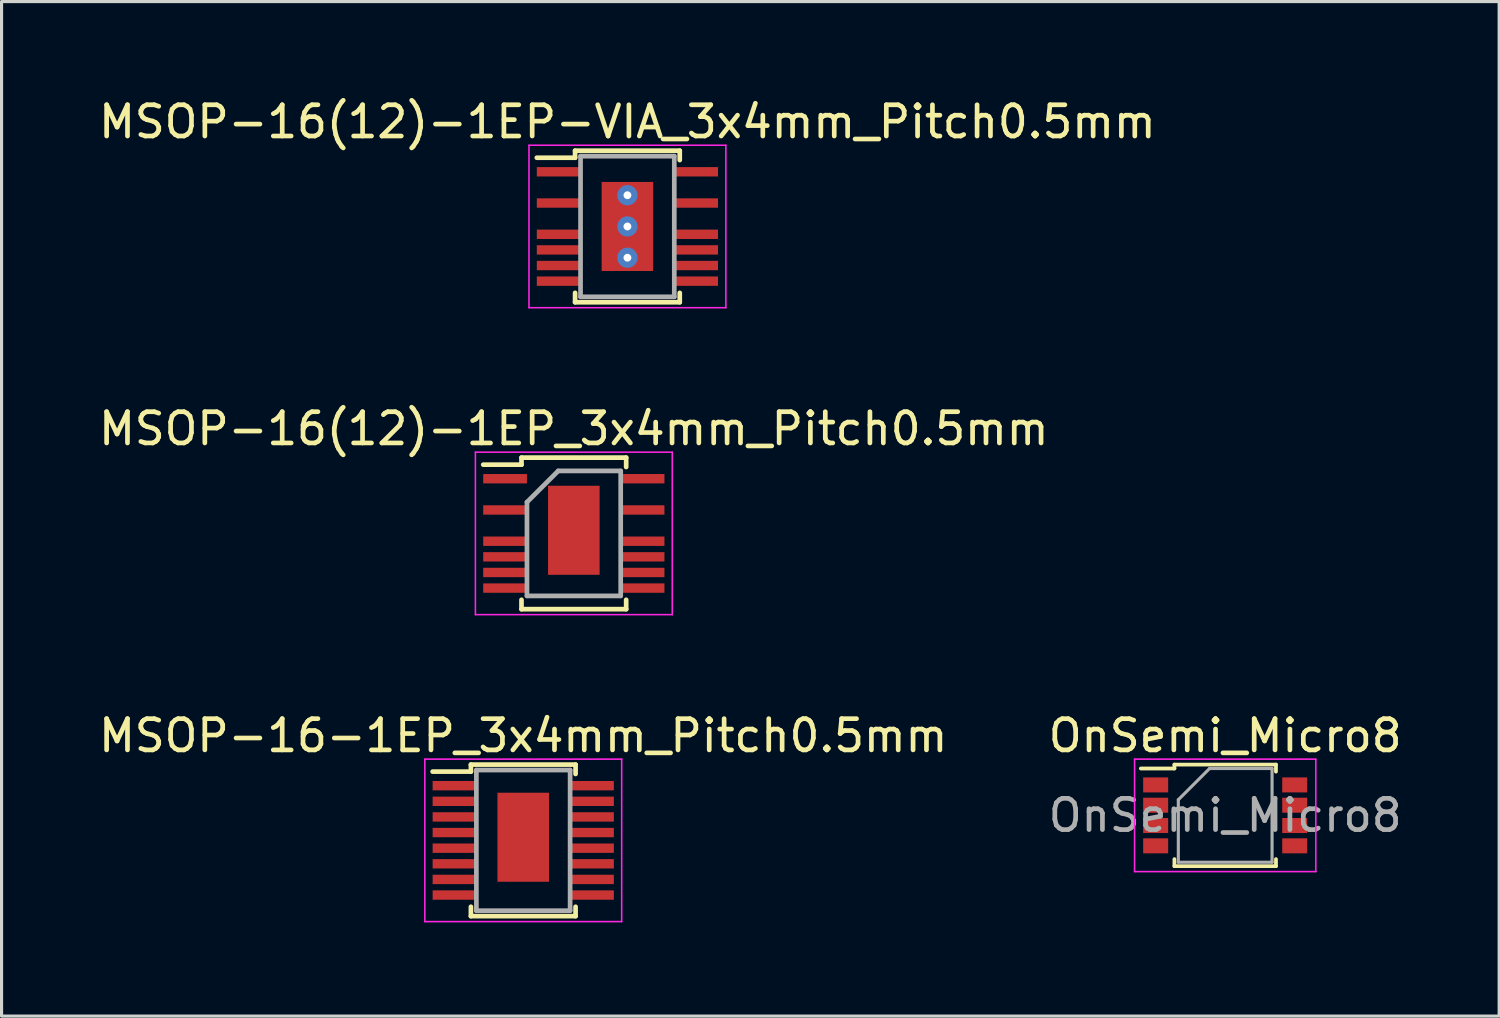
<source format=kicad_pcb>
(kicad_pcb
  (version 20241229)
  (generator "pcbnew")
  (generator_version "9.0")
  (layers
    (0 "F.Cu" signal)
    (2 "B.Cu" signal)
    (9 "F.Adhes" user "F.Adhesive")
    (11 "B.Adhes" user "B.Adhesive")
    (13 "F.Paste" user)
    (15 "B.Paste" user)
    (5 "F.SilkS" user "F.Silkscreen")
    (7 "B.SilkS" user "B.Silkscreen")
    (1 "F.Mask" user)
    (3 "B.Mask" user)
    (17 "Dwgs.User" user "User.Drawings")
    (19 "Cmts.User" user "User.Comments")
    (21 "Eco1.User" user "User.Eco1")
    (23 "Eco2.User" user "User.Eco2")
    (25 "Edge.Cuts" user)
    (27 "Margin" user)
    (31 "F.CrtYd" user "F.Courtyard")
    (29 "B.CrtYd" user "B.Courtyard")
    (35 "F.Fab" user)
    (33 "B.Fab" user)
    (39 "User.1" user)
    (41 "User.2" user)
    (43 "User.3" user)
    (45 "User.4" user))
  (footprint "MSOP-16(12)-1EP_3x4mm_Pitch0.5mm"
    (layer "F.Cu")
    (at 15.315 14.021)
    (property "Reference" "MSOP-16(12)-1EP_3x4mm_Pitch0.5mm" (at 0 -3.35 0) (layer "F.SilkS") (effects (font (size 1 1) (thickness 0.15))))
    (attr smd)
    (fp_line (start -1.675 -2.425) (end -1.675 -2.2) (stroke (width 0.15) (type solid)) (layer "F.SilkS"))
    (fp_line (start -1.675 -2.425) (end 1.675 -2.425) (stroke (width 0.15) (type solid)) (layer "F.SilkS"))
    (fp_line (start -1.675 -2.2) (end -2.9 -2.2) (stroke (width 0.15) (type solid)) (layer "F.SilkS"))
    (fp_line (start -1.675 2.425) (end -1.675 2.125) (stroke (width 0.15) (type solid)) (layer "F.SilkS"))
    (fp_line (start -1.675 2.425) (end 1.675 2.425) (stroke (width 0.15) (type solid)) (layer "F.SilkS"))
    (fp_line (start 1.675 -2.425) (end 1.675 -2.125) (stroke (width 0.15) (type solid)) (layer "F.SilkS"))
    (fp_line (start 1.675 2.425) (end 1.675 2.125) (stroke (width 0.15) (type solid)) (layer "F.SilkS"))
    (fp_line (start -3.15 -2.6) (end -3.15 2.6) (stroke (width 0.05) (type solid)) (layer "F.CrtYd"))
    (fp_line (start -3.15 -2.6) (end 3.15 -2.6) (stroke (width 0.05) (type solid)) (layer "F.CrtYd"))
    (fp_line (start -3.15 2.6) (end 3.15 2.6) (stroke (width 0.05) (type solid)) (layer "F.CrtYd"))
    (fp_line (start 3.15 -2.6) (end 3.15 2.6) (stroke (width 0.05) (type solid)) (layer "F.CrtYd"))
    (fp_line (start -1.5 -1) (end -0.5 -2) (stroke (width 0.15) (type solid)) (layer "F.Fab"))
    (fp_line (start -1.5 2) (end -1.5 -1) (stroke (width 0.15) (type solid)) (layer "F.Fab"))
    (fp_line (start -0.5 -2) (end 1.5 -2) (stroke (width 0.15) (type solid)) (layer "F.Fab"))
    (fp_line (start 1.5 -2) (end 1.5 2) (stroke (width 0.15) (type solid)) (layer "F.Fab"))
    (fp_line (start 1.5 2) (end -1.5 2) (stroke (width 0.15) (type solid)) (layer "F.Fab"))
    (pad "1" smd rect (at -2.2 -1.75) (size 1.4 0.3) (layers "F.Cu" "F.Mask" "F.Paste"))
    (pad "3" smd rect (at -2.2 -0.75) (size 1.4 0.3) (layers "F.Cu" "F.Mask" "F.Paste"))
    (pad "5" smd rect (at -2.2 0.25) (size 1.4 0.3) (layers "F.Cu" "F.Mask" "F.Paste"))
    (pad "6" smd rect (at -2.2 0.75) (size 1.4 0.3) (layers "F.Cu" "F.Mask" "F.Paste"))
    (pad "7" smd rect (at -2.2 1.25) (size 1.4 0.3) (layers "F.Cu" "F.Mask" "F.Paste"))
    (pad "8" smd rect (at -2.2 1.75) (size 1.4 0.3) (layers "F.Cu" "F.Mask" "F.Paste"))
    (pad "9" smd rect (at 2.2 1.75) (size 1.4 0.3) (layers "F.Cu" "F.Mask" "F.Paste"))
    (pad "10" smd rect (at 2.2 1.25) (size 1.4 0.3) (layers "F.Cu" "F.Mask" "F.Paste"))
    (pad "11" smd rect (at 2.2 0.75) (size 1.4 0.3) (layers "F.Cu" "F.Mask" "F.Paste"))
    (pad "12" smd rect (at 2.2 0.25) (size 1.4 0.3) (layers "F.Cu" "F.Mask" "F.Paste"))
    (pad "14" smd rect (at 2.2 -0.75) (size 1.4 0.3) (layers "F.Cu" "F.Mask" "F.Paste"))
    (pad "16" smd rect (at 2.2 -1.75) (size 1.4 0.3) (layers "F.Cu" "F.Mask" "F.Paste"))
    (pad "17" smd rect (at 0 -0.1) (size 1.65 2.85) (layers "F.Cu" "F.Mask" "F.Paste")))
  (footprint "MSOP-16(12)-1EP-VIA_3x4mm_Pitch0.5mm"
    (layer "F.Cu")
    (at 17.03 4.198)
    (property "Reference" "MSOP-16(12)-1EP-VIA_3x4mm_Pitch0.5mm" (at 0 -3.35 0) (layer "F.SilkS") (effects (font (size 1 1) (thickness 0.15))))
    (attr smd)
    (fp_line (start -1.675 -2.425) (end -1.675 -2.2) (stroke (width 0.15) (type solid)) (layer "F.SilkS"))
    (fp_line (start -1.675 -2.425) (end 1.675 -2.425) (stroke (width 0.15) (type solid)) (layer "F.SilkS"))
    (fp_line (start -1.675 -2.2) (end -2.9 -2.2) (stroke (width 0.15) (type solid)) (layer "F.SilkS"))
    (fp_line (start -1.675 2.425) (end -1.675 2.125) (stroke (width 0.15) (type solid)) (layer "F.SilkS"))
    (fp_line (start -1.675 2.425) (end 1.675 2.425) (stroke (width 0.15) (type solid)) (layer "F.SilkS"))
    (fp_line (start 1.675 -2.425) (end 1.675 -2.125) (stroke (width 0.15) (type solid)) (layer "F.SilkS"))
    (fp_line (start 1.675 2.425) (end 1.675 2.125) (stroke (width 0.15) (type solid)) (layer "F.SilkS"))
    (fp_line (start -3.15 -2.6) (end -3.15 2.6) (stroke (width 0.05) (type solid)) (layer "F.CrtYd"))
    (fp_line (start -3.15 -2.6) (end 3.15 -2.6) (stroke (width 0.05) (type solid)) (layer "F.CrtYd"))
    (fp_line (start -3.15 2.6) (end 3.15 2.6) (stroke (width 0.05) (type solid)) (layer "F.CrtYd"))
    (fp_line (start 3.15 -2.6) (end 3.15 2.6) (stroke (width 0.05) (type solid)) (layer "F.CrtYd"))
    (fp_line (start -1.5 -2.25) (end 1.5 -2.25) (stroke (width 0.15) (type solid)) (layer "F.Fab"))
    (fp_line (start -1.5 2.25) (end -1.5 -2.25) (stroke (width 0.15) (type solid)) (layer "F.Fab"))
    (fp_line (start 1.5 -2.25) (end 1.5 2.25) (stroke (width 0.15) (type solid)) (layer "F.Fab"))
    (fp_line (start 1.5 2.25) (end -1.5 2.25) (stroke (width 0.15) (type solid)) (layer "F.Fab"))
    (pad "1" smd rect (at -2.2 -1.75) (size 1.4 0.3) (layers "F.Cu" "F.Mask" "F.Paste"))
    (pad "3" smd rect (at -2.2 -0.75) (size 1.4 0.3) (layers "F.Cu" "F.Mask" "F.Paste"))
    (pad "5" smd rect (at -2.2 0.25) (size 1.4 0.3) (layers "F.Cu" "F.Mask" "F.Paste"))
    (pad "6" smd rect (at -2.2 0.75) (size 1.4 0.3) (layers "F.Cu" "F.Mask" "F.Paste"))
    (pad "7" smd rect (at -2.2 1.25) (size 1.4 0.3) (layers "F.Cu" "F.Mask" "F.Paste"))
    (pad "8" smd rect (at -2.2 1.75) (size 1.4 0.3) (layers "F.Cu" "F.Mask" "F.Paste"))
    (pad "9" smd rect (at 2.2 1.75) (size 1.4 0.3) (layers "F.Cu" "F.Mask" "F.Paste"))
    (pad "10" smd rect (at 2.2 1.25) (size 1.4 0.3) (layers "F.Cu" "F.Mask" "F.Paste"))
    (pad "11" smd rect (at 2.2 0.75) (size 1.4 0.3) (layers "F.Cu" "F.Mask" "F.Paste"))
    (pad "12" smd rect (at 2.2 0.25) (size 1.4 0.3) (layers "F.Cu" "F.Mask" "F.Paste"))
    (pad "14" smd rect (at 2.2 -0.75) (size 1.4 0.3) (layers "F.Cu" "F.Mask" "F.Paste"))
    (pad "16" smd rect (at 2.2 -1.75) (size 1.4 0.3) (layers "F.Cu" "F.Mask" "F.Paste"))
    (pad "17" thru_hole circle (at 0 -1) (size 0.65 0.65) (drill 0.25) (layers "*.Cu" "*.Paste" "*.Mask"))
    (pad "17" thru_hole circle (at 0 0) (size 0.65 0.65) (drill 0.25) (layers "*.Cu" "*.Paste" "*.Mask"))
    (pad "17" smd rect (at 0 0) (size 1.65 2.85) (layers "F.Cu" "F.Mask" "F.Paste"))
    (pad "17" thru_hole circle (at 0 1) (size 0.65 0.65) (drill 0.25) (layers "*.Cu" "*.Paste" "*.Mask")))
  (footprint "MSOP-16-1EP_3x4mm_Pitch0.5mm"
    (layer "F.Cu")
    (at 13.696 23.845)
    (property "Reference" "MSOP-16-1EP_3x4mm_Pitch0.5mm" (at 0 -3.35 0) (layer "F.SilkS") (effects (font (size 1 1) (thickness 0.15))))
    (attr smd)
    (fp_line (start -1.675 -2.425) (end -1.675 -2.2) (stroke (width 0.15) (type solid)) (layer "F.SilkS"))
    (fp_line (start -1.675 -2.425) (end 1.675 -2.425) (stroke (width 0.15) (type solid)) (layer "F.SilkS"))
    (fp_line (start -1.675 -2.2) (end -2.9 -2.2) (stroke (width 0.15) (type solid)) (layer "F.SilkS"))
    (fp_line (start -1.675 2.425) (end -1.675 2.125) (stroke (width 0.15) (type solid)) (layer "F.SilkS"))
    (fp_line (start -1.675 2.425) (end 1.675 2.425) (stroke (width 0.15) (type solid)) (layer "F.SilkS"))
    (fp_line (start 1.675 -2.425) (end 1.675 -2.125) (stroke (width 0.15) (type solid)) (layer "F.SilkS"))
    (fp_line (start 1.675 2.425) (end 1.675 2.125) (stroke (width 0.15) (type solid)) (layer "F.SilkS"))
    (fp_line (start -3.15 -2.6) (end -3.15 2.6) (stroke (width 0.05) (type solid)) (layer "F.CrtYd"))
    (fp_line (start -3.15 -2.6) (end 3.15 -2.6) (stroke (width 0.05) (type solid)) (layer "F.CrtYd"))
    (fp_line (start -3.15 2.6) (end 3.15 2.6) (stroke (width 0.05) (type solid)) (layer "F.CrtYd"))
    (fp_line (start 3.15 -2.6) (end 3.15 2.6) (stroke (width 0.05) (type solid)) (layer "F.CrtYd"))
    (fp_line (start -1.5 -2.25) (end 1.5 -2.25) (stroke (width 0.15) (type solid)) (layer "F.Fab"))
    (fp_line (start -1.5 2.25) (end -1.5 -2.25) (stroke (width 0.15) (type solid)) (layer "F.Fab"))
    (fp_line (start 1.5 -2.25) (end 1.5 2.25) (stroke (width 0.15) (type solid)) (layer "F.Fab"))
    (fp_line (start 1.5 2.25) (end -1.5 2.25) (stroke (width 0.15) (type solid)) (layer "F.Fab"))
    (pad "1" smd rect (at -2.2 -1.75) (size 1.4 0.3) (layers "F.Cu" "F.Mask" "F.Paste"))
    (pad "2" smd rect (at -2.2 -1.25) (size 1.4 0.3) (layers "F.Cu" "F.Mask" "F.Paste"))
    (pad "3" smd rect (at -2.2 -0.75) (size 1.4 0.3) (layers "F.Cu" "F.Mask" "F.Paste"))
    (pad "4" smd rect (at -2.2 -0.25) (size 1.4 0.3) (layers "F.Cu" "F.Mask" "F.Paste"))
    (pad "5" smd rect (at -2.2 0.25) (size 1.4 0.3) (layers "F.Cu" "F.Mask" "F.Paste"))
    (pad "6" smd rect (at -2.2 0.75) (size 1.4 0.3) (layers "F.Cu" "F.Mask" "F.Paste"))
    (pad "7" smd rect (at -2.2 1.25) (size 1.4 0.3) (layers "F.Cu" "F.Mask" "F.Paste"))
    (pad "8" smd rect (at -2.2 1.75) (size 1.4 0.3) (layers "F.Cu" "F.Mask" "F.Paste"))
    (pad "9" smd rect (at 2.2 1.75) (size 1.4 0.3) (layers "F.Cu" "F.Mask" "F.Paste"))
    (pad "10" smd rect (at 2.2 1.25) (size 1.4 0.3) (layers "F.Cu" "F.Mask" "F.Paste"))
    (pad "11" smd rect (at 2.2 0.75) (size 1.4 0.3) (layers "F.Cu" "F.Mask" "F.Paste"))
    (pad "12" smd rect (at 2.2 0.25) (size 1.4 0.3) (layers "F.Cu" "F.Mask" "F.Paste"))
    (pad "13" smd rect (at 2.2 -0.25) (size 1.4 0.3) (layers "F.Cu" "F.Mask" "F.Paste"))
    (pad "14" smd rect (at 2.2 -0.75) (size 1.4 0.3) (layers "F.Cu" "F.Mask" "F.Paste"))
    (pad "15" smd rect (at 2.2 -1.25) (size 1.4 0.3) (layers "F.Cu" "F.Mask" "F.Paste"))
    (pad "16" smd rect (at 2.2 -1.75) (size 1.4 0.3) (layers "F.Cu" "F.Mask" "F.Paste"))
    (pad "17" smd rect (at 0 -0.1) (size 1.65 2.85) (layers "F.Cu" "F.Mask" "F.Paste")))
  (footprint "OnSemi_Micro8"
    (layer "F.Cu")
    (at 36.161 23.045)
    (property "Reference" "OnSemi_Micro8" (at 0 -2.55 0) (layer "F.SilkS") (effects (font (size 1 1) (thickness 0.15))))
    (attr smd)
    (fp_line (start -1.625 -1.625) (end -1.625 -1.5) (stroke (width 0.12) (type solid)) (layer "F.SilkS"))
    (fp_line (start -1.625 -1.625) (end 1.625 -1.625) (stroke (width 0.12) (type solid)) (layer "F.SilkS"))
    (fp_line (start -1.625 -1.5) (end -2.7 -1.5) (stroke (width 0.12) (type solid)) (layer "F.SilkS"))
    (fp_line (start -1.625 1.625) (end -1.625 1.4) (stroke (width 0.12) (type solid)) (layer "F.SilkS"))
    (fp_line (start -1.625 1.625) (end 1.625 1.625) (stroke (width 0.12) (type solid)) (layer "F.SilkS"))
    (fp_line (start 1.625 -1.625) (end 1.625 -1.4) (stroke (width 0.12) (type solid)) (layer "F.SilkS"))
    (fp_line (start 1.625 1.625) (end 1.625 1.4) (stroke (width 0.12) (type solid)) (layer "F.SilkS"))
    (fp_line (start -2.9 -1.8) (end -2.9 1.8) (stroke (width 0.05) (type solid)) (layer "F.CrtYd"))
    (fp_line (start -2.9 -1.8) (end 2.9 -1.8) (stroke (width 0.05) (type solid)) (layer "F.CrtYd"))
    (fp_line (start -2.9 1.8) (end 2.9 1.8) (stroke (width 0.05) (type solid)) (layer "F.CrtYd"))
    (fp_line (start 2.9 -1.8) (end 2.9 1.8) (stroke (width 0.05) (type solid)) (layer "F.CrtYd"))
    (fp_line (start -1.5 -0.5) (end -0.5 -1.5) (stroke (width 0.1) (type solid)) (layer "F.Fab"))
    (fp_line (start -1.5 1.5) (end -1.5 -0.5) (stroke (width 0.1) (type solid)) (layer "F.Fab"))
    (fp_line (start -0.5 -1.5) (end 1.5 -1.5) (stroke (width 0.1) (type solid)) (layer "F.Fab"))
    (fp_line (start 1.5 -1.5) (end 1.5 1.5) (stroke (width 0.1) (type solid)) (layer "F.Fab"))
    (fp_line (start 1.5 1.5) (end -1.5 1.5) (stroke (width 0.1) (type solid)) (layer "F.Fab"))
    (fp_text user "${REFERENCE}" (at 0 0 0) (layer "F.Fab") (effects (font (size 1 1) (thickness 0.15))))
    (pad "1" smd rect (at -2.225 -0.975) (size 0.8 0.48) (layers "F.Cu" "F.Mask" "F.Paste"))
    (pad "2" smd rect (at -2.225 -0.325) (size 0.8 0.48) (layers "F.Cu" "F.Mask" "F.Paste"))
    (pad "3" smd rect (at -2.225 0.325) (size 0.8 0.48) (layers "F.Cu" "F.Mask" "F.Paste"))
    (pad "4" smd rect (at -2.225 0.975) (size 0.8 0.48) (layers "F.Cu" "F.Mask" "F.Paste"))
    (pad "5" smd rect (at 2.225 0.975) (size 0.8 0.48) (layers "F.Cu" "F.Mask" "F.Paste"))
    (pad "6" smd rect (at 2.225 0.325) (size 0.8 0.48) (layers "F.Cu" "F.Mask" "F.Paste"))
    (pad "7" smd rect (at 2.225 -0.325) (size 0.8 0.48) (layers "F.Cu" "F.Mask" "F.Paste"))
    (pad "8" smd rect (at 2.225 -0.975) (size 0.8 0.48) (layers "F.Cu" "F.Mask" "F.Paste")))
  (gr_rect
    (start -3 -3)
    (end 44.929 29.47)
    (stroke (width 0.1) (type default))
    (fill no)
    (layer "Edge.Cuts")))
</source>
